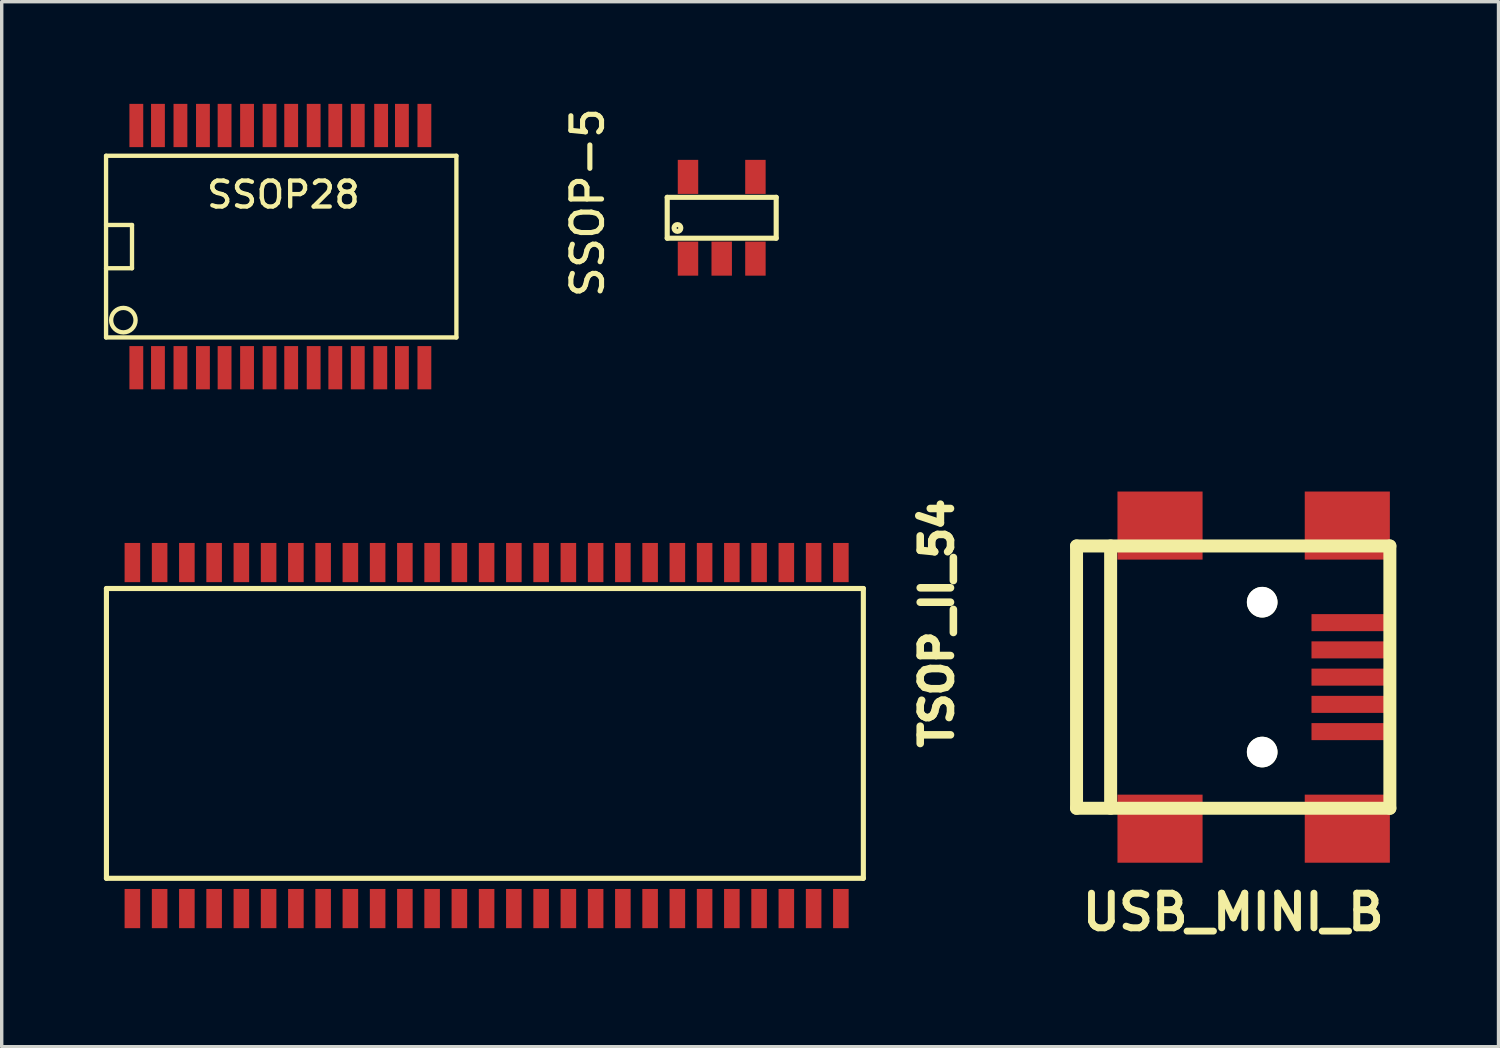
<source format=kicad_pcb>
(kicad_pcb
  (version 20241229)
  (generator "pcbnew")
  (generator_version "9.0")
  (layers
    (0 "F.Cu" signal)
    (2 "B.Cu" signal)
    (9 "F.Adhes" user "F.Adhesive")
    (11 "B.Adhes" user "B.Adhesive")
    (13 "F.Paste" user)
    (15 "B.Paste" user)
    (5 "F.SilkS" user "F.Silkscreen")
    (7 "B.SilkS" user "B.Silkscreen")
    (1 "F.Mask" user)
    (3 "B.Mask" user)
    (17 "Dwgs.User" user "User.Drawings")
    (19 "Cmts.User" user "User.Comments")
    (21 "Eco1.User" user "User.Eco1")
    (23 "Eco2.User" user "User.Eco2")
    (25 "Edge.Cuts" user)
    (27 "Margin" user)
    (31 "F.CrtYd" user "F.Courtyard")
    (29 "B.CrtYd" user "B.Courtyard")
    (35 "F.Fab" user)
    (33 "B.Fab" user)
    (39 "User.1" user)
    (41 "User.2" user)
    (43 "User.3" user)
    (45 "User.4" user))
  (footprint "SSOP-5"
    (layer "F.Cu")
    (at 18.141 3.344)
    (property "Reference" "SSOP-5" (at -3.937 -0.445 90) (layer "F.SilkS") (effects (font (size 0.9 0.9) (thickness 0.15))))
    (attr through_hole)
    (fp_line (start -1.6 -0.6) (end -1.6 0.6) (stroke (width 0.15) (type solid)) (layer "F.SilkS"))
    (fp_line (start -1.6 0.6) (end 1.6 0.6) (stroke (width 0.15) (type solid)) (layer "F.SilkS"))
    (fp_line (start 1.6 -0.6) (end -1.6 -0.6) (stroke (width 0.15) (type solid)) (layer "F.SilkS"))
    (fp_line (start 1.6 0.6) (end 1.6 -0.6) (stroke (width 0.15) (type solid)) (layer "F.SilkS"))
    (fp_circle (center -1.3 0.3) (end -1.3 0.2) (stroke (width 0.15) (type solid)) (fill no) (layer "F.SilkS"))
    (pad "1" smd rect (at -0.99 1.2) (size 0.6 1) (layers "F.Cu" "F.Mask" "F.Paste"))
    (pad "2" smd rect (at 0 1.2) (size 0.6 1) (layers "F.Cu" "F.Mask" "F.Paste"))
    (pad "3" smd rect (at 0.99 1.2) (size 0.6 1) (layers "F.Cu" "F.Mask" "F.Paste"))
    (pad "4" smd rect (at 0.99 -1.2) (size 0.6 1) (layers "F.Cu" "F.Mask" "F.Paste"))
    (pad "5" smd rect (at -0.99 -1.2) (size 0.6 1) (layers "F.Cu" "F.Mask" "F.Paste")))
  (footprint "USB_MINI_B"
    (layer "F.Cu")
    (at 33.16 16.832)
    (property "Reference" "USB_MINI_B" (at 0 6.901 0) (layer "F.SilkS") (effects (font (size 1.016 1.016) (thickness 0.203))))
    (attr through_hole)
    (fp_line (start -4.6 -3.851) (end -4.6 3.851) (stroke (width 0.381) (type solid)) (layer "F.SilkS"))
    (fp_line (start -4.6 3.851) (end 4.6 3.851) (stroke (width 0.381) (type solid)) (layer "F.SilkS"))
    (fp_line (start -3.599 -3.851) (end -3.599 3.851) (stroke (width 0.381) (type solid)) (layer "F.SilkS"))
    (fp_line (start 4.6 -3.851) (end -4.6 -3.851) (stroke (width 0.381) (type solid)) (layer "F.SilkS"))
    (fp_line (start 4.6 3.851) (end 4.6 -3.851) (stroke (width 0.381) (type solid)) (layer "F.SilkS"))
    (pad "" np_thru_hole circle (at 0.851 -2.2) (size 0.899 0.899) (drill 0.899) (layers "*.Cu" "*.Mask" "F.SilkS"))
    (pad "" np_thru_hole circle (at 0.851 2.2) (size 0.899 0.899) (drill 0.899) (layers "*.Cu" "*.Mask" "F.SilkS"))
    (pad "1" smd rect (at 3.449 -1.6) (size 2.301 0.5) (layers "F.Cu" "F.Mask" "F.Paste"))
    (pad "2" smd rect (at 3.449 -0.8) (size 2.301 0.5) (layers "F.Cu" "F.Mask" "F.Paste"))
    (pad "3" smd rect (at 3.449 0) (size 2.301 0.5) (layers "F.Cu" "F.Mask" "F.Paste"))
    (pad "4" smd rect (at 3.449 0.8) (size 2.301 0.5) (layers "F.Cu" "F.Mask" "F.Paste"))
    (pad "5" smd rect (at 3.449 1.6) (size 2.301 0.5) (layers "F.Cu" "F.Mask" "F.Paste"))
    (pad "6" smd rect (at 3.35 -4.45) (size 2.499 1.999) (layers "F.Cu" "F.Mask" "F.Paste"))
    (pad "7" smd rect (at -2.149 -4.45) (size 2.499 1.999) (layers "F.Cu" "F.Mask" "F.Paste"))
    (pad "8" smd rect (at 3.35 4.45) (size 2.499 1.999) (layers "F.Cu" "F.Mask" "F.Paste"))
    (pad "9" smd rect (at -2.149 4.45) (size 2.499 1.999) (layers "F.Cu" "F.Mask" "F.Paste")))
  (footprint "SSOP28"
    (layer "F.Cu")
    (at 5.144 4.191)
    (property "Reference" "SSOP28" (at 0.127 -1.524 0) (layer "F.SilkS") (effects (font (size 0.762 0.762) (thickness 0.127))))
    (attr smd)
    (fp_line (start -5.08 -2.667) (end -5.08 2.667) (stroke (width 0.127) (type solid)) (layer "F.SilkS"))
    (fp_line (start -5.08 -2.667) (end 5.207 -2.667) (stroke (width 0.127) (type solid)) (layer "F.SilkS"))
    (fp_line (start -5.08 -0.635) (end -4.318 -0.635) (stroke (width 0.127) (type solid)) (layer "F.SilkS"))
    (fp_line (start -4.318 -0.635) (end -4.318 0.635) (stroke (width 0.127) (type solid)) (layer "F.SilkS"))
    (fp_line (start -4.318 0.635) (end -5.08 0.635) (stroke (width 0.127) (type solid)) (layer "F.SilkS"))
    (fp_line (start 5.207 -2.667) (end 5.207 2.667) (stroke (width 0.127) (type solid)) (layer "F.SilkS"))
    (fp_line (start 5.207 2.667) (end -5.08 2.667) (stroke (width 0.127) (type solid)) (layer "F.SilkS"))
    (fp_circle (center -4.572 2.159) (end -4.826 1.905) (stroke (width 0.127) (type solid)) (fill no) (layer "F.SilkS"))
    (pad "1" smd rect (at -4.191 3.556) (size 0.406 1.27) (layers "F.Cu" "F.Mask" "F.Paste"))
    (pad "2" smd rect (at -3.556 3.556) (size 0.406 1.27) (layers "F.Cu" "F.Mask" "F.Paste"))
    (pad "3" smd rect (at -2.896 3.556) (size 0.406 1.27) (layers "F.Cu" "F.Mask" "F.Paste"))
    (pad "4" smd rect (at -2.235 3.556) (size 0.406 1.27) (layers "F.Cu" "F.Mask" "F.Paste"))
    (pad "5" smd rect (at -1.6 3.556) (size 0.406 1.27) (layers "F.Cu" "F.Mask" "F.Paste"))
    (pad "6" smd rect (at -0.94 3.556) (size 0.406 1.27) (layers "F.Cu" "F.Mask" "F.Paste"))
    (pad "7" smd rect (at -0.279 3.556) (size 0.406 1.27) (layers "F.Cu" "F.Mask" "F.Paste"))
    (pad "8" smd rect (at 0.356 3.556) (size 0.406 1.27) (layers "F.Cu" "F.Mask" "F.Paste"))
    (pad "9" smd rect (at 1.016 3.556) (size 0.406 1.27) (layers "F.Cu" "F.Mask" "F.Paste"))
    (pad "10" smd rect (at 1.651 3.556) (size 0.406 1.27) (layers "F.Cu" "F.Mask" "F.Paste"))
    (pad "11" smd rect (at 2.311 3.556) (size 0.406 1.27) (layers "F.Cu" "F.Mask" "F.Paste"))
    (pad "12" smd rect (at 2.972 3.556) (size 0.406 1.27) (layers "F.Cu" "F.Mask" "F.Paste"))
    (pad "13" smd rect (at 3.607 3.556) (size 0.406 1.27) (layers "F.Cu" "F.Mask" "F.Paste"))
    (pad "14" smd rect (at 4.267 3.556) (size 0.406 1.27) (layers "F.Cu" "F.Mask" "F.Paste"))
    (pad "15" smd rect (at 4.267 -3.556) (size 0.406 1.27) (layers "F.Cu" "F.Mask" "F.Paste"))
    (pad "16" smd rect (at 3.607 -3.556) (size 0.406 1.27) (layers "F.Cu" "F.Mask" "F.Paste"))
    (pad "17" smd rect (at 2.997 -3.556) (size 0.406 1.27) (layers "F.Cu" "F.Mask" "F.Paste"))
    (pad "18" smd rect (at 2.311 -3.556) (size 0.406 1.27) (layers "F.Cu" "F.Mask" "F.Paste"))
    (pad "19" smd rect (at 1.651 -3.556) (size 0.406 1.27) (layers "F.Cu" "F.Mask" "F.Paste"))
    (pad "20" smd rect (at 1.016 -3.556) (size 0.406 1.27) (layers "F.Cu" "F.Mask" "F.Paste"))
    (pad "21" smd rect (at 0.356 -3.556) (size 0.406 1.27) (layers "F.Cu" "F.Mask" "F.Paste"))
    (pad "22" smd rect (at -0.279 -3.556) (size 0.406 1.27) (layers "F.Cu" "F.Mask" "F.Paste"))
    (pad "23" smd rect (at -0.94 -3.556) (size 0.406 1.27) (layers "F.Cu" "F.Mask" "F.Paste"))
    (pad "24" smd rect (at -1.6 -3.556) (size 0.406 1.27) (layers "F.Cu" "F.Mask" "F.Paste"))
    (pad "25" smd rect (at -2.235 -3.556) (size 0.406 1.27) (layers "F.Cu" "F.Mask" "F.Paste"))
    (pad "26" smd rect (at -2.896 -3.556) (size 0.406 1.27) (layers "F.Cu" "F.Mask" "F.Paste"))
    (pad "27" smd rect (at -3.556 -3.556) (size 0.406 1.27) (layers "F.Cu" "F.Mask" "F.Paste"))
    (pad "28" smd rect (at -4.191 -3.556) (size 0.406 1.27) (layers "F.Cu" "F.Mask" "F.Paste")))
  (footprint "TSOP_II_54"
    (layer "F.Cu")
    (at 0.837 23.628)
    (property "Reference" "TSOP_II_54" (at 23.622 -8.382 270) (layer "F.SilkS") (effects (font (size 0.889 0.889) (thickness 0.305))))
    (attr through_hole)
    (fp_line (start -0.762 -9.398) (end 21.463 -9.398) (stroke (width 0.15) (type solid)) (layer "F.SilkS"))
    (fp_line (start -0.762 -0.889) (end -0.762 -9.398) (stroke (width 0.15) (type solid)) (layer "F.SilkS"))
    (fp_line (start 21.463 -9.398) (end 21.463 -0.889) (stroke (width 0.15) (type solid)) (layer "F.SilkS"))
    (fp_line (start 21.463 -0.889) (end -0.762 -0.889) (stroke (width 0.15) (type solid)) (layer "F.SilkS"))
    (pad "1" smd rect (at 0 0) (size 0.457 1.151) (layers "F.Cu" "F.Mask" "F.Paste"))
    (pad "2" smd rect (at 0.8 0) (size 0.457 1.151) (layers "F.Cu" "F.Mask" "F.Paste"))
    (pad "3" smd rect (at 1.6 0) (size 0.457 1.151) (layers "F.Cu" "F.Mask" "F.Paste"))
    (pad "4" smd rect (at 2.4 0) (size 0.457 1.151) (layers "F.Cu" "F.Mask" "F.Paste"))
    (pad "5" smd rect (at 3.2 0) (size 0.457 1.151) (layers "F.Cu" "F.Mask" "F.Paste"))
    (pad "6" smd rect (at 4 0) (size 0.457 1.151) (layers "F.Cu" "F.Mask" "F.Paste"))
    (pad "7" smd rect (at 4.801 0) (size 0.457 1.151) (layers "F.Cu" "F.Mask" "F.Paste"))
    (pad "8" smd rect (at 5.601 0) (size 0.457 1.151) (layers "F.Cu" "F.Mask" "F.Paste"))
    (pad "9" smd rect (at 6.401 0) (size 0.457 1.151) (layers "F.Cu" "F.Mask" "F.Paste"))
    (pad "10" smd rect (at 7.201 0) (size 0.457 1.151) (layers "F.Cu" "F.Mask" "F.Paste"))
    (pad "11" smd rect (at 8.001 0) (size 0.457 1.151) (layers "F.Cu" "F.Mask" "F.Paste"))
    (pad "12" smd rect (at 8.801 0) (size 0.457 1.151) (layers "F.Cu" "F.Mask" "F.Paste"))
    (pad "13" smd rect (at 9.601 0) (size 0.457 1.151) (layers "F.Cu" "F.Mask" "F.Paste"))
    (pad "14" smd rect (at 10.401 0) (size 0.457 1.151) (layers "F.Cu" "F.Mask" "F.Paste"))
    (pad "15" smd rect (at 11.201 0) (size 0.457 1.151) (layers "F.Cu" "F.Mask" "F.Paste"))
    (pad "16" smd rect (at 12.002 0) (size 0.457 1.151) (layers "F.Cu" "F.Mask" "F.Paste"))
    (pad "17" smd rect (at 12.802 0) (size 0.457 1.151) (layers "F.Cu" "F.Mask" "F.Paste"))
    (pad "18" smd rect (at 13.602 0) (size 0.457 1.151) (layers "F.Cu" "F.Mask" "F.Paste"))
    (pad "19" smd rect (at 14.402 0) (size 0.457 1.151) (layers "F.Cu" "F.Mask" "F.Paste"))
    (pad "20" smd rect (at 15.202 0) (size 0.457 1.151) (layers "F.Cu" "F.Mask" "F.Paste"))
    (pad "21" smd rect (at 16.002 0) (size 0.457 1.151) (layers "F.Cu" "F.Mask" "F.Paste"))
    (pad "22" smd rect (at 16.802 0) (size 0.457 1.151) (layers "F.Cu" "F.Mask" "F.Paste"))
    (pad "23" smd rect (at 17.602 0) (size 0.457 1.151) (layers "F.Cu" "F.Mask" "F.Paste"))
    (pad "24" smd rect (at 18.402 0) (size 0.457 1.151) (layers "F.Cu" "F.Mask" "F.Paste"))
    (pad "25" smd rect (at 19.202 0) (size 0.457 1.151) (layers "F.Cu" "F.Mask" "F.Paste"))
    (pad "26" smd rect (at 20.003 0) (size 0.457 1.151) (layers "F.Cu" "F.Mask" "F.Paste"))
    (pad "27" smd rect (at 20.803 0) (size 0.457 1.151) (layers "F.Cu" "F.Mask" "F.Paste"))
    (pad "28" smd rect (at 20.803 -10.16 180) (size 0.457 1.151) (layers "F.Cu" "F.Mask" "F.Paste"))
    (pad "29" smd rect (at 20.003 -10.16 180) (size 0.457 1.151) (layers "F.Cu" "F.Mask" "F.Paste"))
    (pad "30" smd rect (at 19.202 -10.16 180) (size 0.457 1.151) (layers "F.Cu" "F.Mask" "F.Paste"))
    (pad "31" smd rect (at 18.402 -10.16 180) (size 0.457 1.151) (layers "F.Cu" "F.Mask" "F.Paste"))
    (pad "32" smd rect (at 17.602 -10.16 180) (size 0.457 1.151) (layers "F.Cu" "F.Mask" "F.Paste"))
    (pad "33" smd rect (at 16.802 -10.16 180) (size 0.457 1.151) (layers "F.Cu" "F.Mask" "F.Paste"))
    (pad "34" smd rect (at 16.002 -10.16 180) (size 0.457 1.151) (layers "F.Cu" "F.Mask" "F.Paste"))
    (pad "35" smd rect (at 15.202 -10.16 180) (size 0.457 1.151) (layers "F.Cu" "F.Mask" "F.Paste"))
    (pad "36" smd rect (at 14.402 -10.16 180) (size 0.457 1.151) (layers "F.Cu" "F.Mask" "F.Paste"))
    (pad "37" smd rect (at 13.602 -10.16 180) (size 0.457 1.151) (layers "F.Cu" "F.Mask" "F.Paste"))
    (pad "38" smd rect (at 12.802 -10.16 180) (size 0.457 1.151) (layers "F.Cu" "F.Mask" "F.Paste"))
    (pad "39" smd rect (at 12.002 -10.16 180) (size 0.457 1.151) (layers "F.Cu" "F.Mask" "F.Paste"))
    (pad "40" smd rect (at 11.201 -10.16 180) (size 0.457 1.151) (layers "F.Cu" "F.Mask" "F.Paste"))
    (pad "41" smd rect (at 10.401 -10.16 180) (size 0.457 1.151) (layers "F.Cu" "F.Mask" "F.Paste"))
    (pad "42" smd rect (at 9.601 -10.16 180) (size 0.457 1.151) (layers "F.Cu" "F.Mask" "F.Paste"))
    (pad "43" smd rect (at 8.801 -10.16 180) (size 0.457 1.151) (layers "F.Cu" "F.Mask" "F.Paste"))
    (pad "44" smd rect (at 8.001 -10.16 180) (size 0.457 1.151) (layers "F.Cu" "F.Mask" "F.Paste"))
    (pad "45" smd rect (at 7.201 -10.16 180) (size 0.457 1.151) (layers "F.Cu" "F.Mask" "F.Paste"))
    (pad "46" smd rect (at 6.401 -10.16 180) (size 0.457 1.151) (layers "F.Cu" "F.Mask" "F.Paste"))
    (pad "47" smd rect (at 5.601 -10.16 180) (size 0.457 1.151) (layers "F.Cu" "F.Mask" "F.Paste"))
    (pad "48" smd rect (at 4.801 -10.16 180) (size 0.457 1.151) (layers "F.Cu" "F.Mask" "F.Paste"))
    (pad "49" smd rect (at 4 -10.16 180) (size 0.457 1.151) (layers "F.Cu" "F.Mask" "F.Paste"))
    (pad "50" smd rect (at 3.2 -10.16 180) (size 0.457 1.151) (layers "F.Cu" "F.Mask" "F.Paste"))
    (pad "51" smd rect (at 2.4 -10.16 180) (size 0.457 1.151) (layers "F.Cu" "F.Mask" "F.Paste"))
    (pad "52" smd rect (at 1.6 -10.16 180) (size 0.457 1.151) (layers "F.Cu" "F.Mask" "F.Paste"))
    (pad "53" smd rect (at 0.8 -10.16 180) (size 0.457 1.151) (layers "F.Cu" "F.Mask" "F.Paste"))
    (pad "54" smd rect (at 0 -10.16 180) (size 0.457 1.151) (layers "F.Cu" "F.Mask" "F.Paste")))
  (gr_rect
    (start -3 -3)
    (end 40.95 27.684)
    (stroke (width 0.1) (type default))
    (fill no)
    (layer "Edge.Cuts")))
</source>
